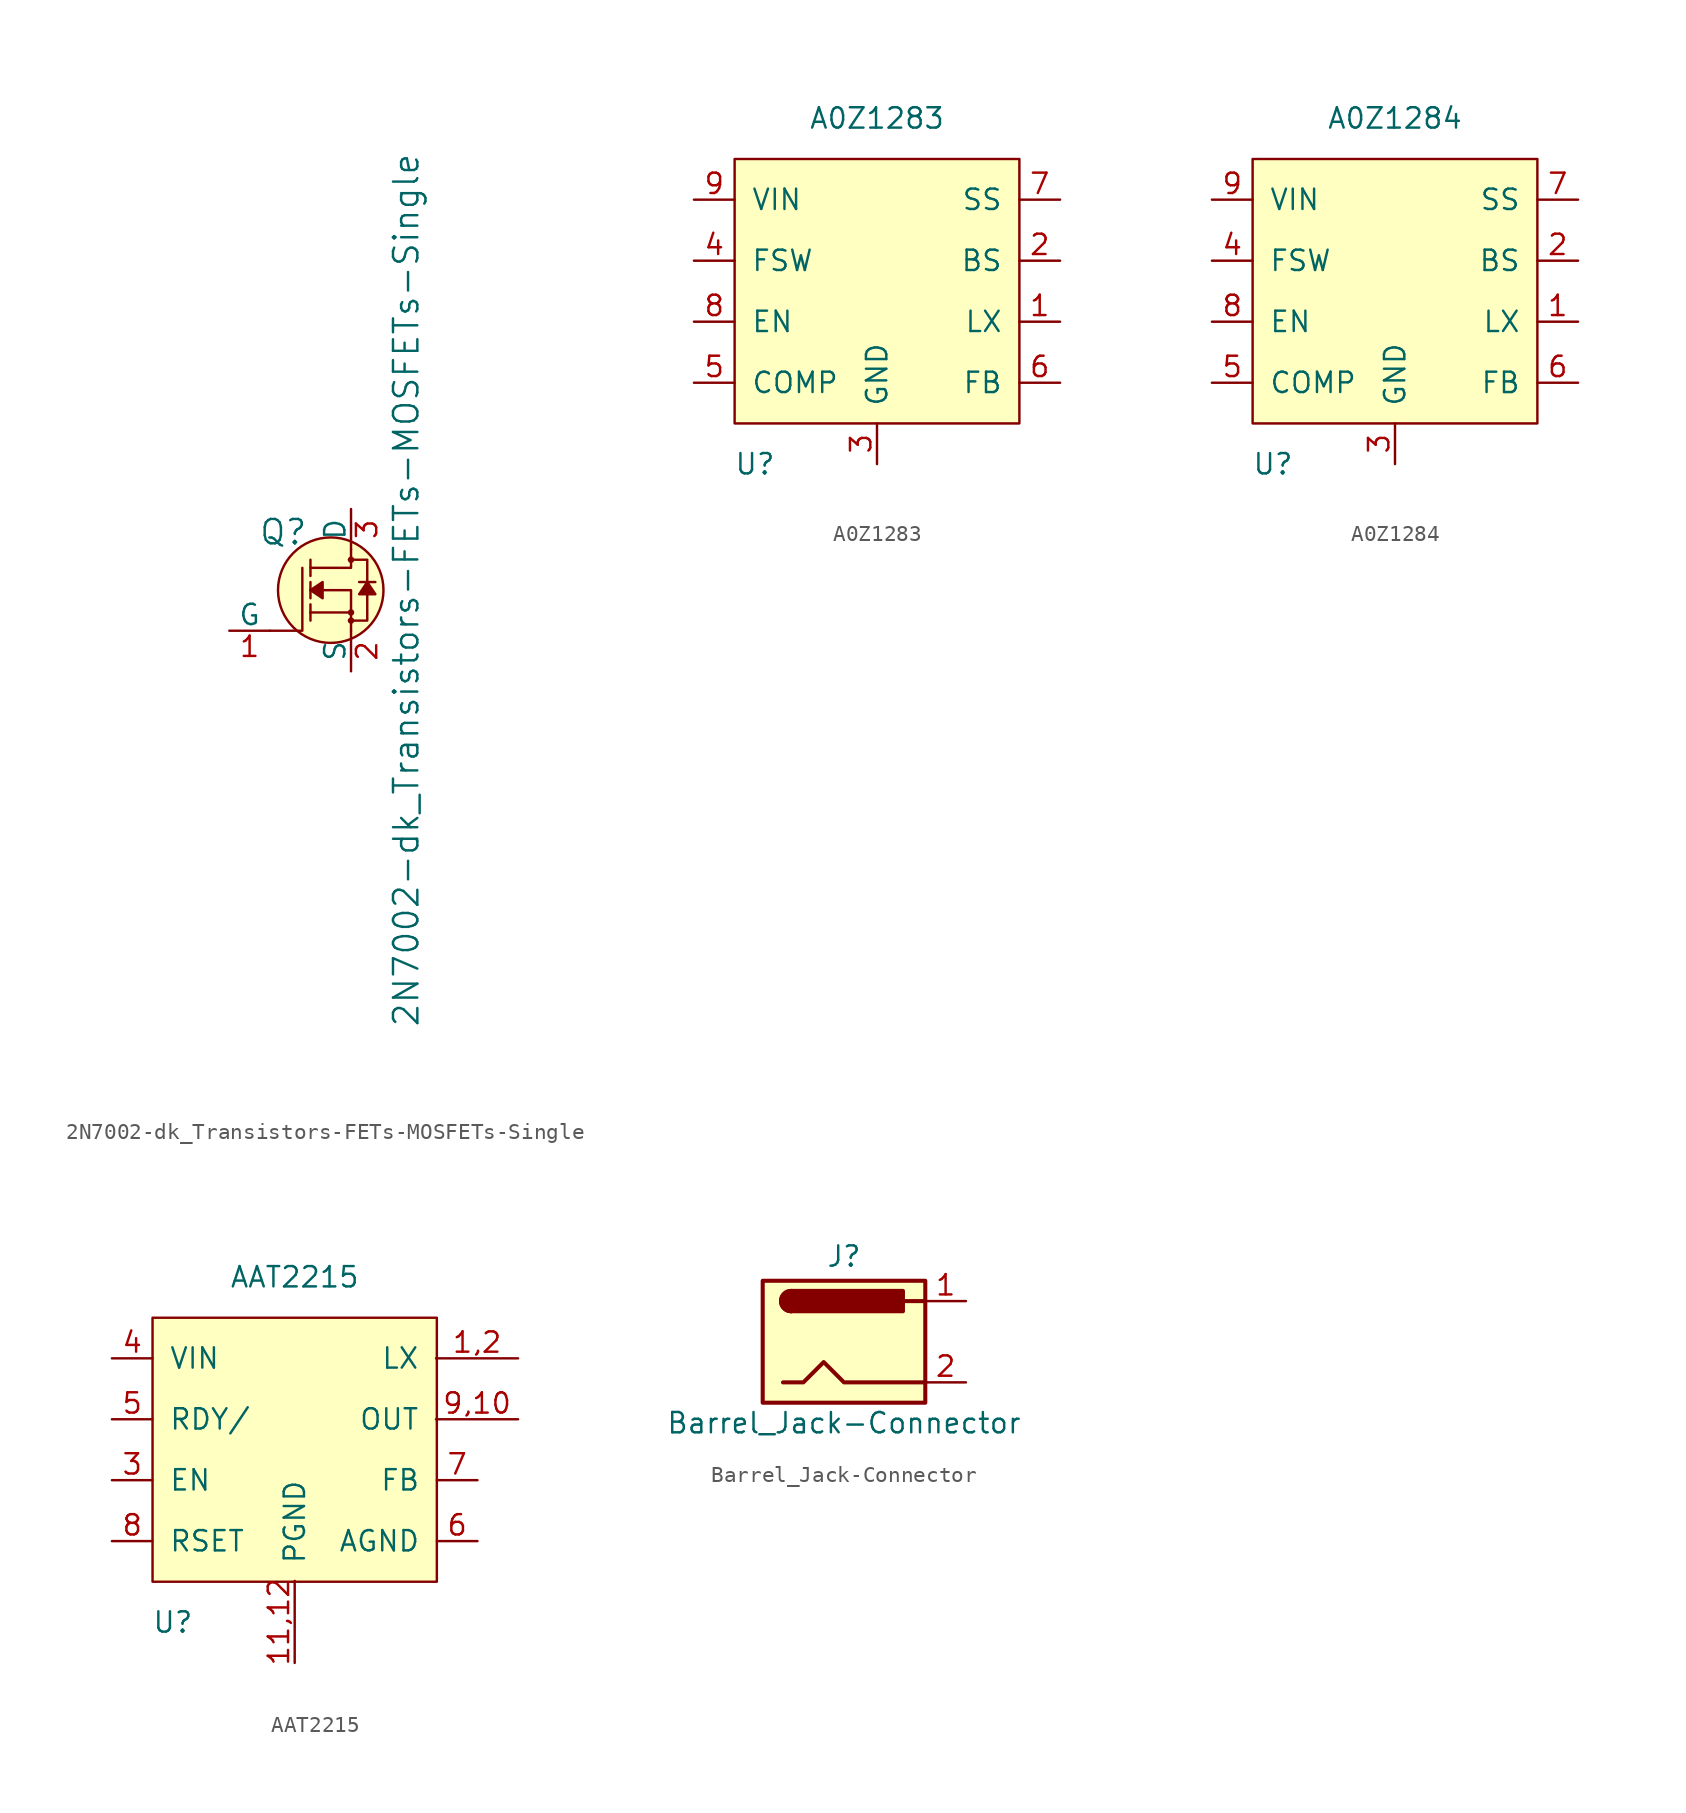
<source format=kicad_sym>
(kicad_symbol_lib
  (version 20211014)
  (generator kicad_symbol_editor)
  (symbol "2N7002-dk_Transistors-FETs-MOSFETs-Single"
    (pin_names
      (offset 0))
    (property "Reference" "Q"
      (at -2.692 3.632 0)
      (effects (font (size 1.524 1.524)) (justify right)))
    (property "Value" "2N7002-dk_Transistors-FETs-MOSFETs-Single"
      (at 3.454 0 90)
      (effects (font (size 1.524 1.524))))
    (symbol "2N7002-dk_Transistors-FETs-MOSFETs-Single_0_1"
      (circle (center -1.27 0) (radius 3.302) (stroke (width 0) (type default) (color 0 0 0 0)) (fill (type background)))
      (circle (center 0 -1.905) (radius 0.127) (stroke (width 0) (type default) (color 0 0 0 0)) (fill (type none)))
      (circle (center 0 -1.397) (radius 0.127) (stroke (width 0) (type default) (color 0 0 0 0)) (fill (type none)))
      (polyline (pts (xy 0 -1.397) (xy -2.54 -1.397)) (stroke (width 0) (type default) (color 0 0 0 0)) (fill (type none)))
      (polyline (pts (xy -5.08 -2.54) (xy -3.048 -2.54) (xy -3.048 1.397)) (stroke (width 0) (type default) (color 0 0 0 0)) (fill (type none)))
      (polyline (pts (xy 0 -2.54) (xy 0 0) (xy -2.54 0)) (stroke (width 0) (type default) (color 0 0 0 0)) (fill (type none)))
      (polyline (pts (xy 0 2.54) (xy 0 1.397) (xy -2.54 1.397)) (stroke (width 0) (type default) (color 0 0 0 0)) (fill (type none)))
      (polyline (pts (xy -0.127 -1.905) (xy 1.016 -1.905) (xy 1.016 1.397) (xy 1.016 1.905) (xy -0.127 1.905)) (stroke (width 0) (type default) (color 0 0 0 0)) (fill (type none)))
      (circle (center 0 1.905) (radius 0.127) (stroke (width 0) (type default) (color 0 0 0 0)) (fill (type none))))
    (symbol "2N7002-dk_Transistors-FETs-MOSFETs-Single_1_1"
      (polyline (pts (xy -2.54 -1.397) (xy -2.54 -1.905)) (stroke (width 0) (type default) (color 0 0 0 0)) (fill (type none)))
      (polyline (pts (xy -2.54 -1.397) (xy -2.54 -0.889)) (stroke (width 0) (type default) (color 0 0 0 0)) (fill (type none)))
      (polyline (pts (xy -2.54 0) (xy -2.54 -0.508)) (stroke (width 0) (type default) (color 0 0 0 0)) (fill (type none)))
      (polyline (pts (xy -2.54 0) (xy -2.54 0.508)) (stroke (width 0) (type default) (color 0 0 0 0)) (fill (type none)))
      (polyline (pts (xy -2.54 1.905) (xy -2.54 0.889)) (stroke (width 0) (type default) (color 0 0 0 0)) (fill (type none)))
      (polyline (pts (xy 1.524 0.508) (xy 0.508 0.508)) (stroke (width 0) (type default) (color 0 0 0 0)) (fill (type none)))
      (polyline (pts (xy -2.54 0) (xy -1.778 0.508) (xy -1.778 -0.508) (xy -2.54 0)) (stroke (width 0) (type default) (color 0 0 0 0)) (fill (type outline)))
      (polyline (pts (xy 1.016 0.508) (xy 0.508 -0.254) (xy 1.524 -0.254) (xy 1.016 0.508)) (stroke (width 0) (type default) (color 0 0 0 0)) (fill (type outline)))
      (pin bidirectional line (at -7.62 -2.54 0) (length 2.54) (name "G" (effects (font (size 1.27 1.27)))) (number "1" (effects (font (size 1.27 1.27)))))
      (pin bidirectional line (at 0 -5.08 90) (length 2.54) (name "S" (effects (font (size 1.27 1.27)))) (number "2" (effects (font (size 1.27 1.27)))))
      (pin bidirectional line (at 0 5.08 270) (length 2.54) (name "D" (effects (font (size 1.27 1.27)))) (number "3" (effects (font (size 1.27 1.27)))))))
  (symbol "A0Z1283"
    (pin_names
      (offset 1.016))
    (property "Reference" "U"
      (at -7.62 -11.43 0)
      (effects (font (size 1.27 1.27))))
    (property "Value" "A0Z1283"
      (at 0 10.16 0)
      (effects (font (size 1.27 1.27))))
    (symbol "A0Z1283_1_1"
      (rectangle (start -8.89 7.62) (end 8.89 -8.89) (stroke (width 0) (type default) (color 0 0 0 0)) (fill (type background)))
      (pin power_out line (at 11.43 -2.54 180) (length 2.54) (name "LX" (effects (font (size 1.27 1.27)))) (number "1" (effects (font (size 1.27 1.27)))))
      (pin input line (at 11.43 1.27 180) (length 2.54) (name "BS" (effects (font (size 1.27 1.27)))) (number "2" (effects (font (size 1.27 1.27)))))
      (pin power_out line (at 0 -11.43 90) (length 2.54) (name "GND" (effects (font (size 1.27 1.27)))) (number "3" (effects (font (size 1.27 1.27)))))
      (pin input line (at -11.43 1.27 0) (length 2.54) (name "FSW" (effects (font (size 1.27 1.27)))) (number "4" (effects (font (size 1.27 1.27)))))
      (pin input line (at -11.43 -6.35 0) (length 2.54) (name "COMP" (effects (font (size 1.27 1.27)))) (number "5" (effects (font (size 1.27 1.27)))))
      (pin input line (at 11.43 -6.35 180) (length 2.54) (name "FB" (effects (font (size 1.27 1.27)))) (number "6" (effects (font (size 1.27 1.27)))))
      (pin input line (at 11.43 5.08 180) (length 2.54) (name "SS" (effects (font (size 1.27 1.27)))) (number "7" (effects (font (size 1.27 1.27)))))
      (pin input line (at -11.43 -2.54 0) (length 2.54) (name "EN" (effects (font (size 1.27 1.27)))) (number "8" (effects (font (size 1.27 1.27)))))
      (pin power_in line (at -11.43 5.08 0) (length 2.54) (name "VIN" (effects (font (size 1.27 1.27)))) (number "9" (effects (font (size 1.27 1.27)))))))
  (symbol "A0Z1284"
    (pin_names
      (offset 1.016))
    (property "Reference" "U"
      (at -7.62 -11.43 0)
      (effects (font (size 1.27 1.27))))
    (property "Value" "A0Z1284"
      (at 0 10.16 0)
      (effects (font (size 1.27 1.27))))
    (symbol "A0Z1284_1_1"
      (rectangle (start -8.89 7.62) (end 8.89 -8.89) (stroke (width 0) (type default) (color 0 0 0 0)) (fill (type background)))
      (pin power_out line (at 11.43 -2.54 180) (length 2.54) (name "LX" (effects (font (size 1.27 1.27)))) (number "1" (effects (font (size 1.27 1.27)))))
      (pin input line (at 11.43 1.27 180) (length 2.54) (name "BS" (effects (font (size 1.27 1.27)))) (number "2" (effects (font (size 1.27 1.27)))))
      (pin power_out line (at 0 -11.43 90) (length 2.54) (name "GND" (effects (font (size 1.27 1.27)))) (number "3" (effects (font (size 1.27 1.27)))))
      (pin input line (at -11.43 1.27 0) (length 2.54) (name "FSW" (effects (font (size 1.27 1.27)))) (number "4" (effects (font (size 1.27 1.27)))))
      (pin input line (at -11.43 -6.35 0) (length 2.54) (name "COMP" (effects (font (size 1.27 1.27)))) (number "5" (effects (font (size 1.27 1.27)))))
      (pin input line (at 11.43 -6.35 180) (length 2.54) (name "FB" (effects (font (size 1.27 1.27)))) (number "6" (effects (font (size 1.27 1.27)))))
      (pin input line (at 11.43 5.08 180) (length 2.54) (name "SS" (effects (font (size 1.27 1.27)))) (number "7" (effects (font (size 1.27 1.27)))))
      (pin input line (at -11.43 -2.54 0) (length 2.54) (name "EN" (effects (font (size 1.27 1.27)))) (number "8" (effects (font (size 1.27 1.27)))))
      (pin power_in line (at -11.43 5.08 0) (length 2.54) (name "VIN" (effects (font (size 1.27 1.27)))) (number "9" (effects (font (size 1.27 1.27)))))))
  (symbol "AAT2215"
    (pin_names
      (offset 1.016))
    (property "Reference" "U"
      (at -7.62 -11.43 0)
      (effects (font (size 1.27 1.27))))
    (property "Value" "AAT2215"
      (at 0 10.16 0)
      (effects (font (size 1.27 1.27))))
    (symbol "AAT2215_1_1"
      (rectangle (start -8.89 7.62) (end 8.89 -8.89) (stroke (width 0) (type default) (color 0 0 0 0)) (fill (type background)))
      (pin power_out line (at 13.97 5.08 180) (length 5.131) (name "LX" (effects (font (size 1.27 1.27)))) (number "1,2" (effects (font (size 1.27 1.27)))))
      (pin power_out line (at 0 -13.97 90) (length 5.131) (name "PGND" (effects (font (size 1.27 1.27)))) (number "11,12" (effects (font (size 1.27 1.27)))))
      (pin input line (at -11.43 -2.54 0) (length 2.54) (name "EN" (effects (font (size 1.27 1.27)))) (number "3" (effects (font (size 1.27 1.27)))))
      (pin power_in line (at -11.43 5.08 0) (length 2.54) (name "VIN" (effects (font (size 1.27 1.27)))) (number "4" (effects (font (size 1.27 1.27)))))
      (pin output line (at -11.43 1.27 0) (length 2.54) (name "RDY/" (effects (font (size 1.27 1.27)))) (number "5" (effects (font (size 1.27 1.27)))))
      (pin input line (at 11.43 -6.35 180) (length 2.54) (name "AGND" (effects (font (size 1.27 1.27)))) (number "6" (effects (font (size 1.27 1.27)))))
      (pin input line (at 11.43 -2.54 180) (length 2.54) (name "FB" (effects (font (size 1.27 1.27)))) (number "7" (effects (font (size 1.27 1.27)))))
      (pin output line (at -11.43 -6.35 0) (length 2.54) (name "RSET" (effects (font (size 1.27 1.27)))) (number "8" (effects (font (size 1.27 1.27)))))
      (pin power_out line (at 13.97 1.27 180) (length 5.131) (name "OUT" (effects (font (size 1.27 1.27)))) (number "9,10" (effects (font (size 1.27 1.27)))))))
  (symbol "Barrel_Jack-Connector"
    (pin_names
      (offset 1.016))
    (property "Reference" "J"
      (at 0 5.334 0)
      (effects (font (size 1.27 1.27))))
    (property "Value" "Barrel_Jack-Connector"
      (at 0 -5.08 0)
      (effects (font (size 1.27 1.27))))
    (symbol "Barrel_Jack-Connector_0_1"
      (rectangle (start -5.08 3.81) (end 5.08 -3.81) (stroke (width 0.254) (type default) (color 0 0 0 0)) (fill (type background)))
      (arc (start -3.302 3.175) (mid -3.937 2.54) (end -3.302 1.905) (stroke (width 0.254) (type default) (color 0 0 0 0)) (fill (type none)))
      (arc (start -3.302 3.175) (mid -3.937 2.54) (end -3.302 1.905) (stroke (width 0.254) (type default) (color 0 0 0 0)) (fill (type outline)))
      (polyline (pts (xy 5.08 2.54) (xy 3.81 2.54)) (stroke (width 0.254) (type default) (color 0 0 0 0)) (fill (type none)))
      (polyline (pts (xy -3.81 -2.54) (xy -2.54 -2.54) (xy -1.27 -1.27) (xy 0 -2.54) (xy 2.54 -2.54) (xy 5.08 -2.54)) (stroke (width 0.254) (type default) (color 0 0 0 0)) (fill (type none)))
      (rectangle (start 3.683 3.175) (end -3.302 1.905) (stroke (width 0.254) (type default) (color 0 0 0 0)) (fill (type outline))))
    (symbol "Barrel_Jack-Connector_1_1"
      (pin passive line (at 7.62 2.54 180) (length 2.54) (name "~" (effects (font (size 1.27 1.27)))) (number "1" (effects (font (size 1.27 1.27)))))
      (pin passive line (at 7.62 -2.54 180) (length 2.54) (name "~" (effects (font (size 1.27 1.27)))) (number "2" (effects (font (size 1.27 1.27))))))))
</source>
